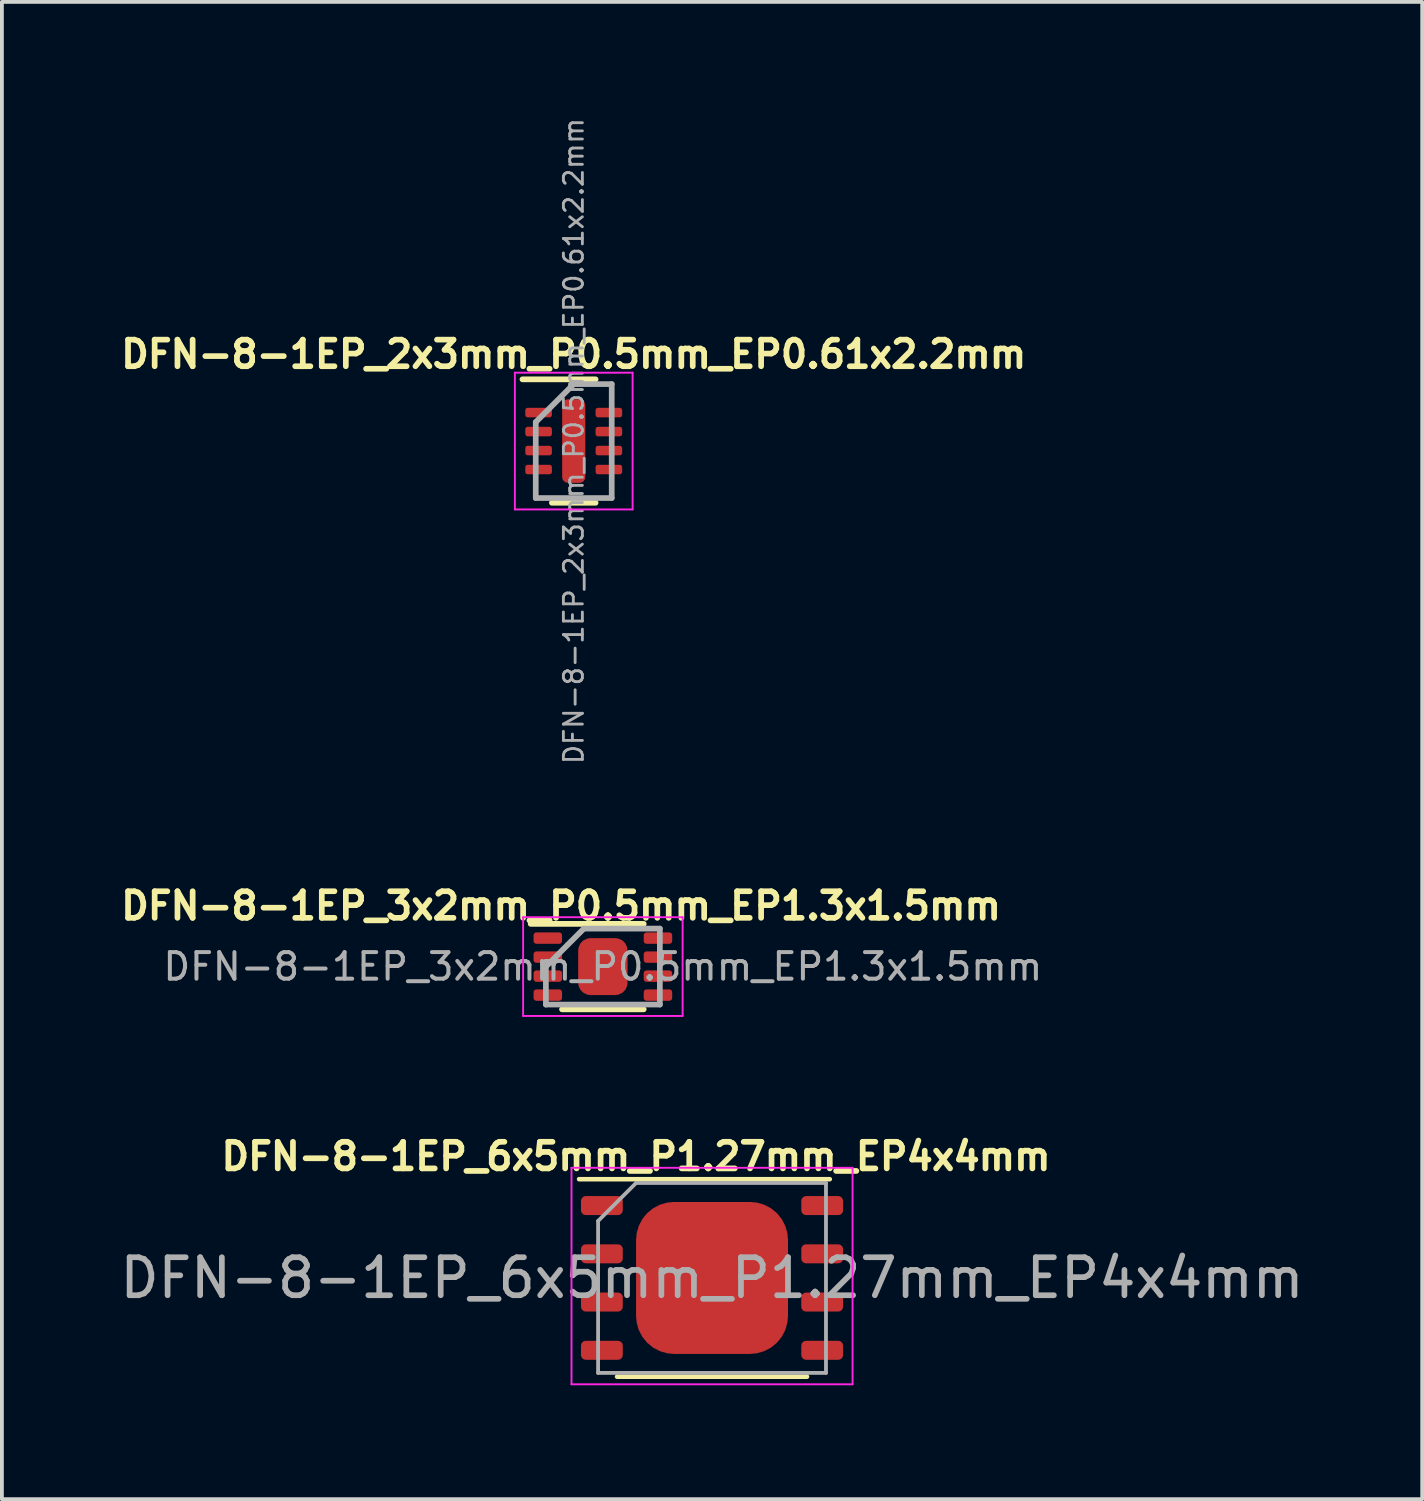
<source format=kicad_pcb>
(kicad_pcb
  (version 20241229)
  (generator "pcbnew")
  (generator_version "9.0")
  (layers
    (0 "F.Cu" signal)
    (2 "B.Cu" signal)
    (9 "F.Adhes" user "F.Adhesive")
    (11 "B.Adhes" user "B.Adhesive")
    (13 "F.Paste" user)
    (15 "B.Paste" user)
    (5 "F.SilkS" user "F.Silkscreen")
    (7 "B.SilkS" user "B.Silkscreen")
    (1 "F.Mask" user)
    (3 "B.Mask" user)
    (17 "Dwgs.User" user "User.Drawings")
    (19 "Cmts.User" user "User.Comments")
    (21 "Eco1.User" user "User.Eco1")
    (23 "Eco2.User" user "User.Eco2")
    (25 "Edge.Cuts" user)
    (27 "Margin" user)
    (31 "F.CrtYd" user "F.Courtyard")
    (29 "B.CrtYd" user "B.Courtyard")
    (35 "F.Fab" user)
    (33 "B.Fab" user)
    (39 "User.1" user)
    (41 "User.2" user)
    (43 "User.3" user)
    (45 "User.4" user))
  (footprint "DFN-8-1EP_3x2mm_P0.5mm_EP1.3x1.5mm"
    (layer "F.Cu")
    (at 12.822 22.398)
    (property "Reference" "DFN-8-1EP_3x2mm_P0.5mm_EP1.3x1.5mm" (at -1.1 -1.6 0) (layer "F.SilkS") (effects (font (size 0.7 0.7) (thickness 0.15))))
    (attr smd)
    (fp_line (start -1.9 -1.125) (end 1.075 -1.125) (stroke (width 0.15) (type solid)) (layer "F.SilkS"))
    (fp_line (start -1.075 1.125) (end 1.075 1.125) (stroke (width 0.15) (type solid)) (layer "F.SilkS"))
    (fp_line (start -2.1 -1.3) (end -2.1 1.3) (stroke (width 0.05) (type solid)) (layer "F.CrtYd"))
    (fp_line (start -2.1 -1.3) (end 2.1 -1.3) (stroke (width 0.05) (type solid)) (layer "F.CrtYd"))
    (fp_line (start -2.1 1.3) (end 2.1 1.3) (stroke (width 0.05) (type solid)) (layer "F.CrtYd"))
    (fp_line (start 2.1 -1.3) (end 2.1 1.3) (stroke (width 0.05) (type solid)) (layer "F.CrtYd"))
    (fp_line (start -1.5 0) (end -0.5 -1) (stroke (width 0.15) (type solid)) (layer "F.Fab"))
    (fp_line (start -1.5 1) (end -1.5 0) (stroke (width 0.15) (type solid)) (layer "F.Fab"))
    (fp_line (start -0.5 -1) (end 1.5 -1) (stroke (width 0.15) (type solid)) (layer "F.Fab"))
    (fp_line (start 1.5 -1) (end 1.5 1) (stroke (width 0.15) (type solid)) (layer "F.Fab"))
    (fp_line (start 1.5 1) (end -1.5 1) (stroke (width 0.15) (type solid)) (layer "F.Fab"))
    (fp_text user "${REFERENCE}" (at 0 0 0) (layer "F.Fab") (effects (font (size 0.7 0.7) (thickness 0.105))))
    (pad "" smd roundrect (at -0.325 -0.375) (size 0.5 0.6) (layers "F.Paste") (roundrect_rratio 0.25))
    (pad "" smd roundrect (at -0.325 0.375) (size 0.5 0.6) (layers "F.Paste") (roundrect_rratio 0.25))
    (pad "" smd roundrect (at 0.325 -0.375) (size 0.5 0.6) (layers "F.Paste") (roundrect_rratio 0.25))
    (pad "" smd roundrect (at 0.325 0.375) (size 0.5 0.6) (layers "F.Paste") (roundrect_rratio 0.25))
    (pad "1" smd roundrect (at -1.45 -0.75) (size 0.75 0.3) (layers "F.Cu" "F.Mask" "F.Paste") (roundrect_rratio 0.25))
    (pad "2" smd roundrect (at -1.45 -0.25) (size 0.75 0.3) (layers "F.Cu" "F.Mask" "F.Paste") (roundrect_rratio 0.25))
    (pad "3" smd roundrect (at -1.45 0.25) (size 0.75 0.3) (layers "F.Cu" "F.Mask" "F.Paste") (roundrect_rratio 0.25))
    (pad "4" smd roundrect (at -1.45 0.75) (size 0.75 0.3) (layers "F.Cu" "F.Mask" "F.Paste") (roundrect_rratio 0.25))
    (pad "5" smd roundrect (at 1.45 0.75) (size 0.75 0.3) (layers "F.Cu" "F.Mask" "F.Paste") (roundrect_rratio 0.25))
    (pad "6" smd roundrect (at 1.45 0.25) (size 0.75 0.3) (layers "F.Cu" "F.Mask" "F.Paste") (roundrect_rratio 0.25))
    (pad "7" smd roundrect (at 1.45 -0.25) (size 0.75 0.3) (layers "F.Cu" "F.Mask" "F.Paste") (roundrect_rratio 0.25))
    (pad "8" smd roundrect (at 1.45 -0.75) (size 0.75 0.3) (layers "F.Cu" "F.Mask" "F.Paste") (roundrect_rratio 0.25))
    (pad "9" smd roundrect (at 0 0) (size 1.3 1.5) (layers "F.Cu" "F.Mask") (roundrect_rratio 0.25)))
  (footprint "DFN-8-1EP_2x3mm_P0.5mm_EP0.61x2.2mm"
    (layer "F.Cu")
    (at 12.055 8.562)
    (property "Reference" "DFN-8-1EP_2x3mm_P0.5mm_EP0.61x2.2mm" (at 0 -2.286 0) (layer "F.SilkS") (effects (font (size 0.7 0.7) (thickness 0.15))))
    (attr smd)
    (fp_line (start -1.35 -1.625) (end 0.575 -1.625) (stroke (width 0.15) (type solid)) (layer "F.SilkS"))
    (fp_line (start -0.575 1.625) (end 0.575 1.625) (stroke (width 0.15) (type solid)) (layer "F.SilkS"))
    (fp_line (start -1.55 -1.8) (end -1.55 1.8) (stroke (width 0.05) (type solid)) (layer "F.CrtYd"))
    (fp_line (start -1.55 -1.8) (end 1.55 -1.8) (stroke (width 0.05) (type solid)) (layer "F.CrtYd"))
    (fp_line (start -1.55 1.8) (end 1.55 1.8) (stroke (width 0.05) (type solid)) (layer "F.CrtYd"))
    (fp_line (start 1.55 -1.8) (end 1.55 1.8) (stroke (width 0.05) (type solid)) (layer "F.CrtYd"))
    (fp_line (start -1 -0.5) (end 0 -1.5) (stroke (width 0.15) (type solid)) (layer "F.Fab"))
    (fp_line (start -1 1.5) (end -1 -0.5) (stroke (width 0.15) (type solid)) (layer "F.Fab"))
    (fp_line (start 0 -1.5) (end 1 -1.5) (stroke (width 0.15) (type solid)) (layer "F.Fab"))
    (fp_line (start 1 -1.5) (end 1 1.5) (stroke (width 0.15) (type solid)) (layer "F.Fab"))
    (fp_line (start 1 1.5) (end -1 1.5) (stroke (width 0.15) (type solid)) (layer "F.Fab"))
    (fp_text user "${REFERENCE}" (at 0 0 90) (layer "F.Fab") (effects (font (size 0.5 0.5) (thickness 0.075))))
    (pad "" smd rect (at 0 -0.734) (size 0.5 0.59) (layers "F.Paste"))
    (pad "" smd rect (at 0 0) (size 0.5 0.59) (layers "F.Paste"))
    (pad "" smd rect (at 0 0.734) (size 0.5 0.59) (layers "F.Paste"))
    (pad "1" smd roundrect (at -0.925 -0.75) (size 0.7 0.25) (layers "F.Cu" "F.Mask" "F.Paste") (roundrect_rratio 0.25))
    (pad "2" smd roundrect (at -0.925 -0.25) (size 0.7 0.25) (layers "F.Cu" "F.Mask" "F.Paste") (roundrect_rratio 0.25))
    (pad "3" smd roundrect (at -0.925 0.25) (size 0.7 0.25) (layers "F.Cu" "F.Mask" "F.Paste") (roundrect_rratio 0.25))
    (pad "4" smd roundrect (at -0.925 0.75) (size 0.7 0.25) (layers "F.Cu" "F.Mask" "F.Paste") (roundrect_rratio 0.25))
    (pad "5" smd roundrect (at 0.925 0.75) (size 0.7 0.25) (layers "F.Cu" "F.Mask" "F.Paste") (roundrect_rratio 0.25))
    (pad "6" smd roundrect (at 0.925 0.25) (size 0.7 0.25) (layers "F.Cu" "F.Mask" "F.Paste") (roundrect_rratio 0.25))
    (pad "7" smd roundrect (at 0.925 -0.25) (size 0.7 0.25) (layers "F.Cu" "F.Mask" "F.Paste") (roundrect_rratio 0.25))
    (pad "8" smd roundrect (at 0.925 -0.75) (size 0.7 0.25) (layers "F.Cu" "F.Mask" "F.Paste") (roundrect_rratio 0.25))
    (pad "9" smd roundrect (at 0 0) (size 0.61 2.2) (layers "F.Cu" "F.Mask") (roundrect_rratio 0.25)))
  (footprint "DFN-8-1EP_6x5mm_P1.27mm_EP4x4mm"
    (layer "F.Cu")
    (at 15.696 30.595)
    (property "Reference" "DFN-8-1EP_6x5mm_P1.27mm_EP4x4mm" (at -2 -3.2 0) (layer "F.SilkS") (effects (font (size 0.7 0.7) (thickness 0.15))))
    (attr smd)
    (fp_line (start -3.5 -2.6) (end 3.1 -2.6) (stroke (width 0.12) (type solid)) (layer "F.SilkS"))
    (fp_line (start -2.5 2.6) (end 2.5 2.6) (stroke (width 0.12) (type solid)) (layer "F.SilkS"))
    (fp_line (start -3.7 -2.9) (end 3.7 -2.9) (stroke (width 0.05) (type solid)) (layer "F.CrtYd"))
    (fp_line (start -3.7 2.8) (end -3.7 -2.9) (stroke (width 0.05) (type solid)) (layer "F.CrtYd"))
    (fp_line (start 3.7 -2.9) (end 3.7 2.8) (stroke (width 0.05) (type solid)) (layer "F.CrtYd"))
    (fp_line (start 3.7 2.8) (end -3.7 2.8) (stroke (width 0.05) (type solid)) (layer "F.CrtYd"))
    (fp_line (start -3 2.5) (end -3 -1.5) (stroke (width 0.1) (type solid)) (layer "F.Fab"))
    (fp_line (start -2 -2.5) (end -3 -1.5) (stroke (width 0.1) (type solid)) (layer "F.Fab"))
    (fp_line (start -2 -2.5) (end 3 -2.5) (stroke (width 0.1) (type solid)) (layer "F.Fab"))
    (fp_line (start 3 -2.5) (end 3 2.5) (stroke (width 0.1) (type solid)) (layer "F.Fab"))
    (fp_line (start 3 2.5) (end -3 2.5) (stroke (width 0.1) (type solid)) (layer "F.Fab"))
    (fp_text user "${REFERENCE}" (at 0 0 0) (layer "F.Fab") (effects (font (size 1 1) (thickness 0.15))))
    (pad "" smd roundrect (at -1.5 -0.5 270) (size 0.8 0.8) (layers "F.Paste") (roundrect_rratio 0.25))
    (pad "" smd roundrect (at -1.5 0.5 270) (size 0.8 0.8) (layers "F.Paste") (roundrect_rratio 0.25))
    (pad "" smd roundrect (at -0.5 -1.5 270) (size 0.8 0.8) (layers "F.Paste") (roundrect_rratio 0.25))
    (pad "" smd roundrect (at -0.5 -0.5 270) (size 0.8 0.8) (layers "F.Paste") (roundrect_rratio 0.25))
    (pad "" smd roundrect (at -0.5 0.5 270) (size 0.8 0.8) (layers "F.Paste") (roundrect_rratio 0.25))
    (pad "" smd roundrect (at -0.5 1.5 270) (size 0.8 0.8) (layers "F.Paste") (roundrect_rratio 0.25))
    (pad "" smd roundrect (at 0.5 -1.5 270) (size 0.8 0.8) (layers "F.Paste") (roundrect_rratio 0.25))
    (pad "" smd roundrect (at 0.5 -0.5 270) (size 0.8 0.8) (layers "F.Paste") (roundrect_rratio 0.25))
    (pad "" smd roundrect (at 0.5 0.5 270) (size 0.8 0.8) (layers "F.Paste") (roundrect_rratio 0.25))
    (pad "" smd roundrect (at 0.5 1.5 270) (size 0.8 0.8) (layers "F.Paste") (roundrect_rratio 0.25))
    (pad "" smd roundrect (at 1.5 -0.5 270) (size 0.8 0.8) (layers "F.Paste") (roundrect_rratio 0.25))
    (pad "" smd roundrect (at 1.5 0.5 270) (size 0.8 0.8) (layers "F.Paste") (roundrect_rratio 0.25))
    (pad "1" smd roundrect (at -2.9 -1.905 270) (size 0.5 1.1) (layers "F.Cu" "F.Mask" "F.Paste") (roundrect_rratio 0.25))
    (pad "2" smd roundrect (at -2.9 -0.635 270) (size 0.5 1.1) (layers "F.Cu" "F.Mask" "F.Paste") (roundrect_rratio 0.25))
    (pad "3" smd roundrect (at -2.9 0.635 270) (size 0.5 1.1) (layers "F.Cu" "F.Mask" "F.Paste") (roundrect_rratio 0.25))
    (pad "4" smd roundrect (at -2.9 1.905 270) (size 0.5 1.1) (layers "F.Cu" "F.Mask" "F.Paste") (roundrect_rratio 0.25))
    (pad "5" smd roundrect (at 2.9 1.905 270) (size 0.5 1.1) (layers "F.Cu" "F.Mask" "F.Paste") (roundrect_rratio 0.25))
    (pad "6" smd roundrect (at 2.9 0.635 270) (size 0.5 1.1) (layers "F.Cu" "F.Mask" "F.Paste") (roundrect_rratio 0.25))
    (pad "7" smd roundrect (at 2.9 -0.635 270) (size 0.5 1.1) (layers "F.Cu" "F.Mask" "F.Paste") (roundrect_rratio 0.25))
    (pad "8" smd roundrect (at 2.9 -1.905 270) (size 0.5 1.1) (layers "F.Cu" "F.Mask" "F.Paste") (roundrect_rratio 0.25))
    (pad "9" smd roundrect (at 0 0 270) (size 4 4) (layers "F.Cu" "F.Mask") (roundrect_rratio 0.25)))
  (gr_rect
    (start -3 -3)
    (end 34.393 36.42)
    (stroke (width 0.1) (type default))
    (fill no)
    (layer "Edge.Cuts")))
</source>
